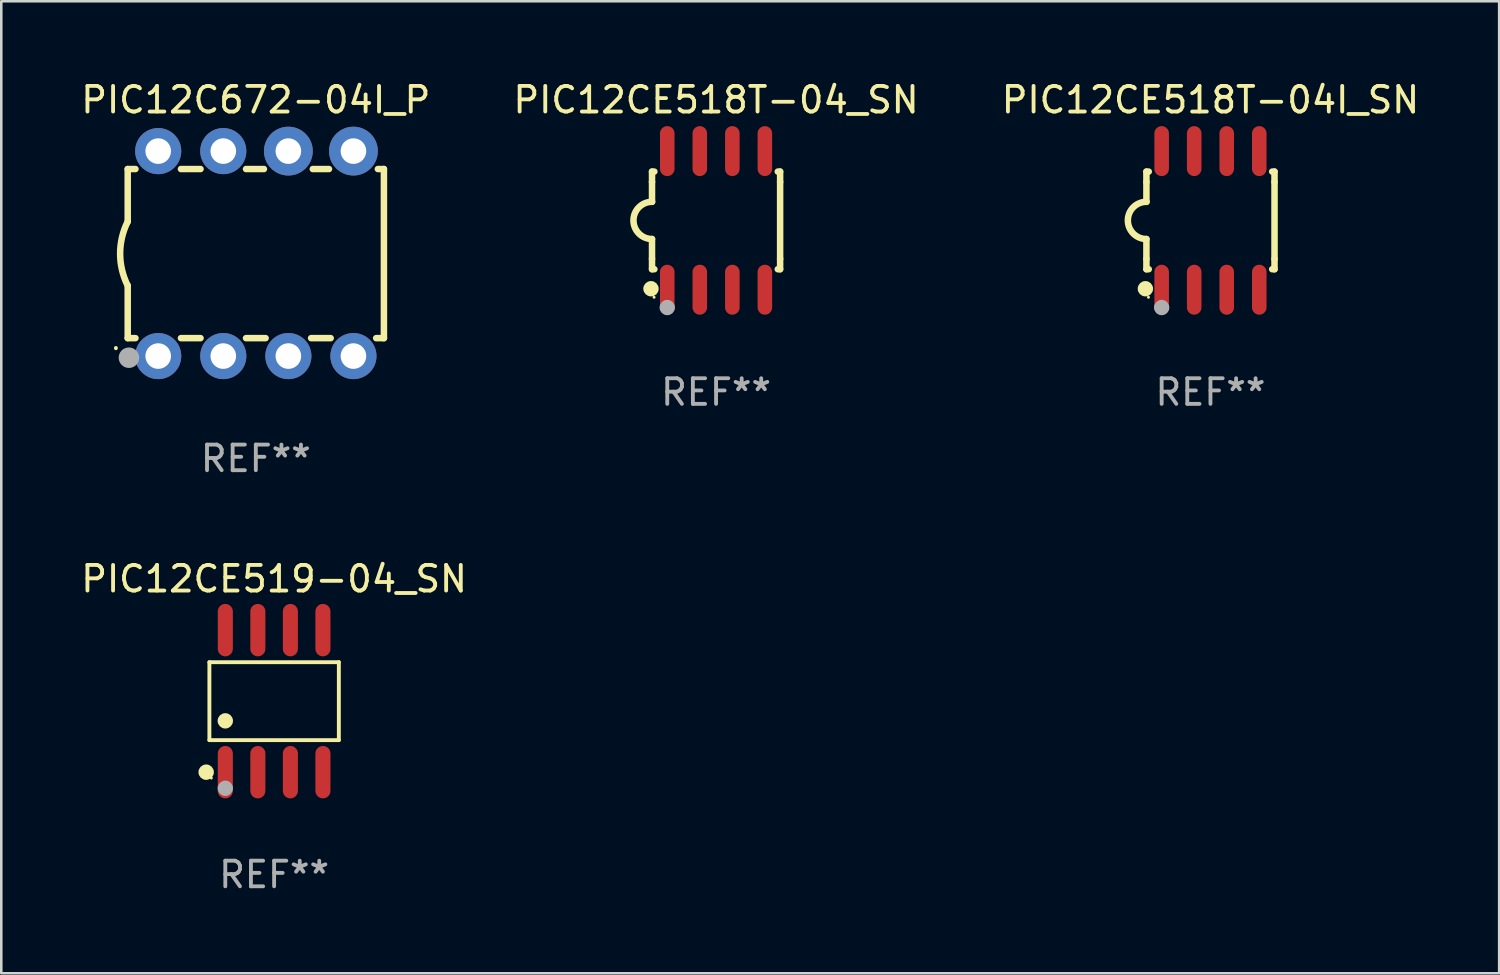
<source format=kicad_pcb>
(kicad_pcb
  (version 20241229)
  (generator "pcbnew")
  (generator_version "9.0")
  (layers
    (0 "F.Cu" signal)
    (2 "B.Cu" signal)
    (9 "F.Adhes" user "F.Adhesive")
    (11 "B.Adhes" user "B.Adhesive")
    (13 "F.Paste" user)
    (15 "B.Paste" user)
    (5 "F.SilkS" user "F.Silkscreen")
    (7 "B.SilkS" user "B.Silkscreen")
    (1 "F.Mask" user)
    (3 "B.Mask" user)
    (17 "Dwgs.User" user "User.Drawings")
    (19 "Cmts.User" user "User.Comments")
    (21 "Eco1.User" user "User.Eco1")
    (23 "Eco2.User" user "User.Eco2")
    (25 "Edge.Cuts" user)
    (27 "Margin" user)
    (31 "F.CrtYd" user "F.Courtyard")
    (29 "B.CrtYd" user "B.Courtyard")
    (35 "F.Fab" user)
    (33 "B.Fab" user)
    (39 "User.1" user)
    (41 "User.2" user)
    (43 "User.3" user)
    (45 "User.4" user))
  (footprint "PIC12C672-04I_P"
    (layer "F.Cu")
    (at 6.935 6.848)
    (property "Reference" "PIC12C672-04I_P" (at 0 -6 0) (layer "F.SilkS") (effects (font (size 1 1) (thickness 0.15))))
    (attr through_hole)
    (fp_line (start -5 -3.3) (end -5 -1.25) (stroke (width 0.254) (type solid)) (layer "F.SilkS"))
    (fp_line (start -5 -3.3) (end -4.698 -3.3) (stroke (width 0.254) (type solid)) (layer "F.SilkS"))
    (fp_line (start -5 3.3) (end -5 1.25) (stroke (width 0.254) (type solid)) (layer "F.SilkS"))
    (fp_line (start -5 3.3) (end -4.698 3.3) (stroke (width 0.254) (type solid)) (layer "F.SilkS"))
    (fp_line (start -2.922 -3.3) (end -2.158 -3.3) (stroke (width 0.254) (type solid)) (layer "F.SilkS"))
    (fp_line (start -2.922 3.3) (end -2.158 3.3) (stroke (width 0.254) (type solid)) (layer "F.SilkS"))
    (fp_line (start -0.382 -3.3) (end 0.316 -3.3) (stroke (width 0.254) (type solid)) (layer "F.SilkS"))
    (fp_line (start -0.382 3.3) (end 0.382 3.3) (stroke (width 0.254) (type solid)) (layer "F.SilkS"))
    (fp_line (start 2.158 3.3) (end 2.922 3.3) (stroke (width 0.254) (type solid)) (layer "F.SilkS"))
    (fp_line (start 2.224 -3.3) (end 2.856 -3.3) (stroke (width 0.254) (type solid)) (layer "F.SilkS"))
    (fp_line (start 4.698 3.3) (end 5 3.3) (stroke (width 0.254) (type solid)) (layer "F.SilkS"))
    (fp_line (start 4.764 -3.3) (end 5 -3.3) (stroke (width 0.254) (type solid)) (layer "F.SilkS"))
    (fp_line (start 5 -3.3) (end 5 3.3) (stroke (width 0.254) (type solid)) (layer "F.SilkS"))
    (fp_arc (start -5.46124 3.694259) (mid -5.461175 3.688632) (end -5.460986 3.683007) (stroke (width 0.149987) (type solid)) (layer "F.SilkS"))
    (fp_arc (start -5.00127 1.249682) (mid -5.295892 -0.000313) (end -5.000025 -1.250013) (stroke (width 0.254001) (type solid)) (layer "F.SilkS"))
    (fp_circle (center -4.795 4.237) (end -4.765 4.237) (stroke (width 0.06) (type solid)) (fill no) (layer "F.SilkS"))
    (fp_circle (center -4.953 4.064) (end -4.753 4.064) (stroke (width 0.4) (type solid)) (fill no) (layer "F.Fab"))
    (fp_text user "REF**" (at 0 8 0) (layer "F.Fab") (effects (font (size 1 1) (thickness 0.15))))
    (pad "1" thru_hole circle (at -3.81 4) (size 1.8 1.8) (drill 1) (layers "*.Cu" "*.Mask"))
    (pad "2" thru_hole circle (at -1.27 4) (size 1.8 1.8) (drill 1) (layers "*.Cu" "*.Mask"))
    (pad "3" thru_hole circle (at 1.27 4) (size 1.8 1.8) (drill 1) (layers "*.Cu" "*.Mask"))
    (pad "4" thru_hole circle (at 3.81 4) (size 1.8 1.8) (drill 1) (layers "*.Cu" "*.Mask"))
    (pad "5" thru_hole circle (at 3.81 -4) (size 1.905 1.905) (drill 1) (layers "*.Cu" "*.Mask"))
    (pad "6" thru_hole circle (at 1.27 -4) (size 1.905 1.905) (drill 1) (layers "*.Cu" "*.Mask"))
    (pad "7" thru_hole circle (at -1.27 -4) (size 1.8 1.8) (drill 1) (layers "*.Cu" "*.Mask"))
    (pad "8" thru_hole circle (at -3.81 -4) (size 1.8 1.8) (drill 1) (layers "*.Cu" "*.Mask")))
  (footprint "PIC12CE518T-04_SN"
    (layer "F.Cu")
    (at 24.899 5.553)
    (property "Reference" "PIC12CE518T-04_SN" (at 0 -4.705 0) (layer "F.SilkS") (effects (font (size 1 1) (thickness 0.15))))
    (attr through_hole)
    (fp_line (start -2.5 -1.905) (end -2.409 -1.905) (stroke (width 0.254) (type solid)) (layer "F.SilkS"))
    (fp_line (start -2.5 -1.5) (end -2.5 -1.905) (stroke (width 0.254) (type solid)) (layer "F.SilkS"))
    (fp_line (start -2.5 -1.5) (end -2.5 -0.726) (stroke (width 0.254) (type solid)) (layer "F.SilkS"))
    (fp_line (start -2.5 1.5) (end -2.5 0.727) (stroke (width 0.254) (type solid)) (layer "F.SilkS"))
    (fp_line (start -2.5 1.5) (end -2.5 1.905) (stroke (width 0.254) (type solid)) (layer "F.SilkS"))
    (fp_line (start -2.5 1.905) (end -2.409 1.905) (stroke (width 0.254) (type solid)) (layer "F.SilkS"))
    (fp_line (start 2.5 -1.905) (end 2.409 -1.905) (stroke (width 0.254) (type solid)) (layer "F.SilkS"))
    (fp_line (start 2.5 -1.5) (end 2.5 -1.905) (stroke (width 0.254) (type solid)) (layer "F.SilkS"))
    (fp_line (start 2.5 -1.5) (end 2.5 1.5) (stroke (width 0.254) (type solid)) (layer "F.SilkS"))
    (fp_line (start 2.5 1.5) (end 2.5 1.905) (stroke (width 0.254) (type solid)) (layer "F.SilkS"))
    (fp_line (start 2.5 1.905) (end 2.409 1.905) (stroke (width 0.254) (type solid)) (layer "F.SilkS"))
    (fp_arc (start -2.5 0.726568) (mid -3.220316 -0.0023) (end -2.495097 -0.726289) (stroke (width 0.254001) (type solid)) (layer "F.SilkS"))
    (fp_circle (center -2.54 2.667) (end -2.39 2.667) (stroke (width 0.3) (type solid)) (fill no) (layer "F.SilkS"))
    (fp_circle (center -2.42 3) (end -2.39 3) (stroke (width 0.06) (type solid)) (fill no) (layer "F.SilkS"))
    (fp_circle (center -1.905 3.4) (end -1.755 3.4) (stroke (width 0.3) (type solid)) (fill no) (layer "F.Fab"))
    (fp_text user "REF**" (at 0 6.705 0) (layer "F.Fab") (effects (font (size 1 1) (thickness 0.15))))
    (pad "1" smd oval (at -1.905 2.705) (size 0.568 1.95) (layers "F.Cu" "F.Mask" "F.Paste"))
    (pad "2" smd oval (at -0.635 2.705) (size 0.568 1.95) (layers "F.Cu" "F.Mask" "F.Paste"))
    (pad "3" smd oval (at 0.635 2.705) (size 0.568 1.95) (layers "F.Cu" "F.Mask" "F.Paste"))
    (pad "4" smd oval (at 1.905 2.705) (size 0.568 1.95) (layers "F.Cu" "F.Mask" "F.Paste"))
    (pad "5" smd oval (at 1.905 -2.705) (size 0.568 1.95) (layers "F.Cu" "F.Mask" "F.Paste"))
    (pad "6" smd oval (at 0.635 -2.705) (size 0.568 1.95) (layers "F.Cu" "F.Mask" "F.Paste"))
    (pad "7" smd oval (at -0.635 -2.705) (size 0.568 1.95) (layers "F.Cu" "F.Mask" "F.Paste"))
    (pad "8" smd oval (at -1.905 -2.705) (size 0.568 1.95) (layers "F.Cu" "F.Mask" "F.Paste")))
  (footprint "PIC12CE518T-04I_SN"
    (layer "F.Cu")
    (at 44.196 5.553)
    (property "Reference" "PIC12CE518T-04I_SN" (at 0 -4.705 0) (layer "F.SilkS") (effects (font (size 1 1) (thickness 0.15))))
    (attr through_hole)
    (fp_line (start -2.5 -1.905) (end -2.409 -1.905) (stroke (width 0.254) (type solid)) (layer "F.SilkS"))
    (fp_line (start -2.5 -1.5) (end -2.5 -1.905) (stroke (width 0.254) (type solid)) (layer "F.SilkS"))
    (fp_line (start -2.5 -1.5) (end -2.5 -0.726) (stroke (width 0.254) (type solid)) (layer "F.SilkS"))
    (fp_line (start -2.5 1.5) (end -2.5 0.727) (stroke (width 0.254) (type solid)) (layer "F.SilkS"))
    (fp_line (start -2.5 1.5) (end -2.5 1.905) (stroke (width 0.254) (type solid)) (layer "F.SilkS"))
    (fp_line (start -2.5 1.905) (end -2.409 1.905) (stroke (width 0.254) (type solid)) (layer "F.SilkS"))
    (fp_line (start 2.5 -1.905) (end 2.409 -1.905) (stroke (width 0.254) (type solid)) (layer "F.SilkS"))
    (fp_line (start 2.5 -1.5) (end 2.5 -1.905) (stroke (width 0.254) (type solid)) (layer "F.SilkS"))
    (fp_line (start 2.5 -1.5) (end 2.5 1.5) (stroke (width 0.254) (type solid)) (layer "F.SilkS"))
    (fp_line (start 2.5 1.5) (end 2.5 1.905) (stroke (width 0.254) (type solid)) (layer "F.SilkS"))
    (fp_line (start 2.5 1.905) (end 2.409 1.905) (stroke (width 0.254) (type solid)) (layer "F.SilkS"))
    (fp_arc (start -2.5 0.726568) (mid -3.220316 -0.0023) (end -2.495097 -0.726289) (stroke (width 0.254001) (type solid)) (layer "F.SilkS"))
    (fp_circle (center -2.54 2.667) (end -2.39 2.667) (stroke (width 0.3) (type solid)) (fill no) (layer "F.SilkS"))
    (fp_circle (center -2.42 3) (end -2.39 3) (stroke (width 0.06) (type solid)) (fill no) (layer "F.SilkS"))
    (fp_circle (center -1.905 3.4) (end -1.755 3.4) (stroke (width 0.3) (type solid)) (fill no) (layer "F.Fab"))
    (fp_text user "REF**" (at 0 6.705 0) (layer "F.Fab") (effects (font (size 1 1) (thickness 0.15))))
    (pad "1" smd oval (at -1.905 2.705) (size 0.568 1.95) (layers "F.Cu" "F.Mask" "F.Paste"))
    (pad "2" smd oval (at -0.635 2.705) (size 0.568 1.95) (layers "F.Cu" "F.Mask" "F.Paste"))
    (pad "3" smd oval (at 0.635 2.705) (size 0.568 1.95) (layers "F.Cu" "F.Mask" "F.Paste"))
    (pad "4" smd oval (at 1.905 2.705) (size 0.568 1.95) (layers "F.Cu" "F.Mask" "F.Paste"))
    (pad "5" smd oval (at 1.905 -2.705) (size 0.568 1.95) (layers "F.Cu" "F.Mask" "F.Paste"))
    (pad "6" smd oval (at 0.635 -2.705) (size 0.568 1.95) (layers "F.Cu" "F.Mask" "F.Paste"))
    (pad "7" smd oval (at -0.635 -2.705) (size 0.568 1.95) (layers "F.Cu" "F.Mask" "F.Paste"))
    (pad "8" smd oval (at -1.905 -2.705) (size 0.568 1.95) (layers "F.Cu" "F.Mask" "F.Paste")))
  (footprint "PIC12CE519-04_SN"
    (layer "F.Cu")
    (at 7.649 24.317)
    (property "Reference" "PIC12CE519-04_SN" (at 0 -4.772 0) (layer "F.SilkS") (effects (font (size 1 1) (thickness 0.15))))
    (attr through_hole)
    (fp_line (start -2.526 -1.521) (end 2.526 -1.521) (stroke (width 0.152) (type solid)) (layer "F.SilkS"))
    (fp_line (start -2.526 1.521) (end -2.526 -1.521) (stroke (width 0.152) (type solid)) (layer "F.SilkS"))
    (fp_line (start 2.526 -1.521) (end 2.526 1.521) (stroke (width 0.152) (type solid)) (layer "F.SilkS"))
    (fp_line (start 2.526 1.521) (end -2.526 1.521) (stroke (width 0.152) (type solid)) (layer "F.SilkS"))
    (fp_circle (center -2.652 2.772) (end -2.501 2.772) (stroke (width 0.3) (type solid)) (fill no) (layer "F.SilkS"))
    (fp_circle (center -2.45 3) (end -2.42 3) (stroke (width 0.06) (type solid)) (fill no) (layer "F.SilkS"))
    (fp_circle (center -1.905 0.769) (end -1.755 0.769) (stroke (width 0.3) (type solid)) (fill no) (layer "F.SilkS"))
    (fp_circle (center -1.905 3.4) (end -1.755 3.4) (stroke (width 0.3) (type solid)) (fill no) (layer "F.Fab"))
    (fp_text user "REF**" (at 0 6.772 0) (layer "F.Fab") (effects (font (size 1 1) (thickness 0.15))))
    (pad "1" smd oval (at -1.905 2.772) (size 0.588 2.045) (layers "F.Cu" "F.Mask" "F.Paste"))
    (pad "2" smd oval (at -0.635 2.772) (size 0.588 2.045) (layers "F.Cu" "F.Mask" "F.Paste"))
    (pad "3" smd oval (at 0.635 2.772) (size 0.588 2.045) (layers "F.Cu" "F.Mask" "F.Paste"))
    (pad "4" smd oval (at 1.905 2.772) (size 0.588 2.045) (layers "F.Cu" "F.Mask" "F.Paste"))
    (pad "5" smd oval (at 1.905 -2.772) (size 0.588 2.045) (layers "F.Cu" "F.Mask" "F.Paste"))
    (pad "6" smd oval (at 0.635 -2.772) (size 0.588 2.045) (layers "F.Cu" "F.Mask" "F.Paste"))
    (pad "7" smd oval (at -0.635 -2.772) (size 0.588 2.045) (layers "F.Cu" "F.Mask" "F.Paste"))
    (pad "8" smd oval (at -1.905 -2.772) (size 0.588 2.045) (layers "F.Cu" "F.Mask" "F.Paste")))
  (gr_rect
    (start -3 -3)
    (end 55.464 34.938)
    (stroke (width 0.1) (type default))
    (fill no)
    (layer "Edge.Cuts")))
</source>
